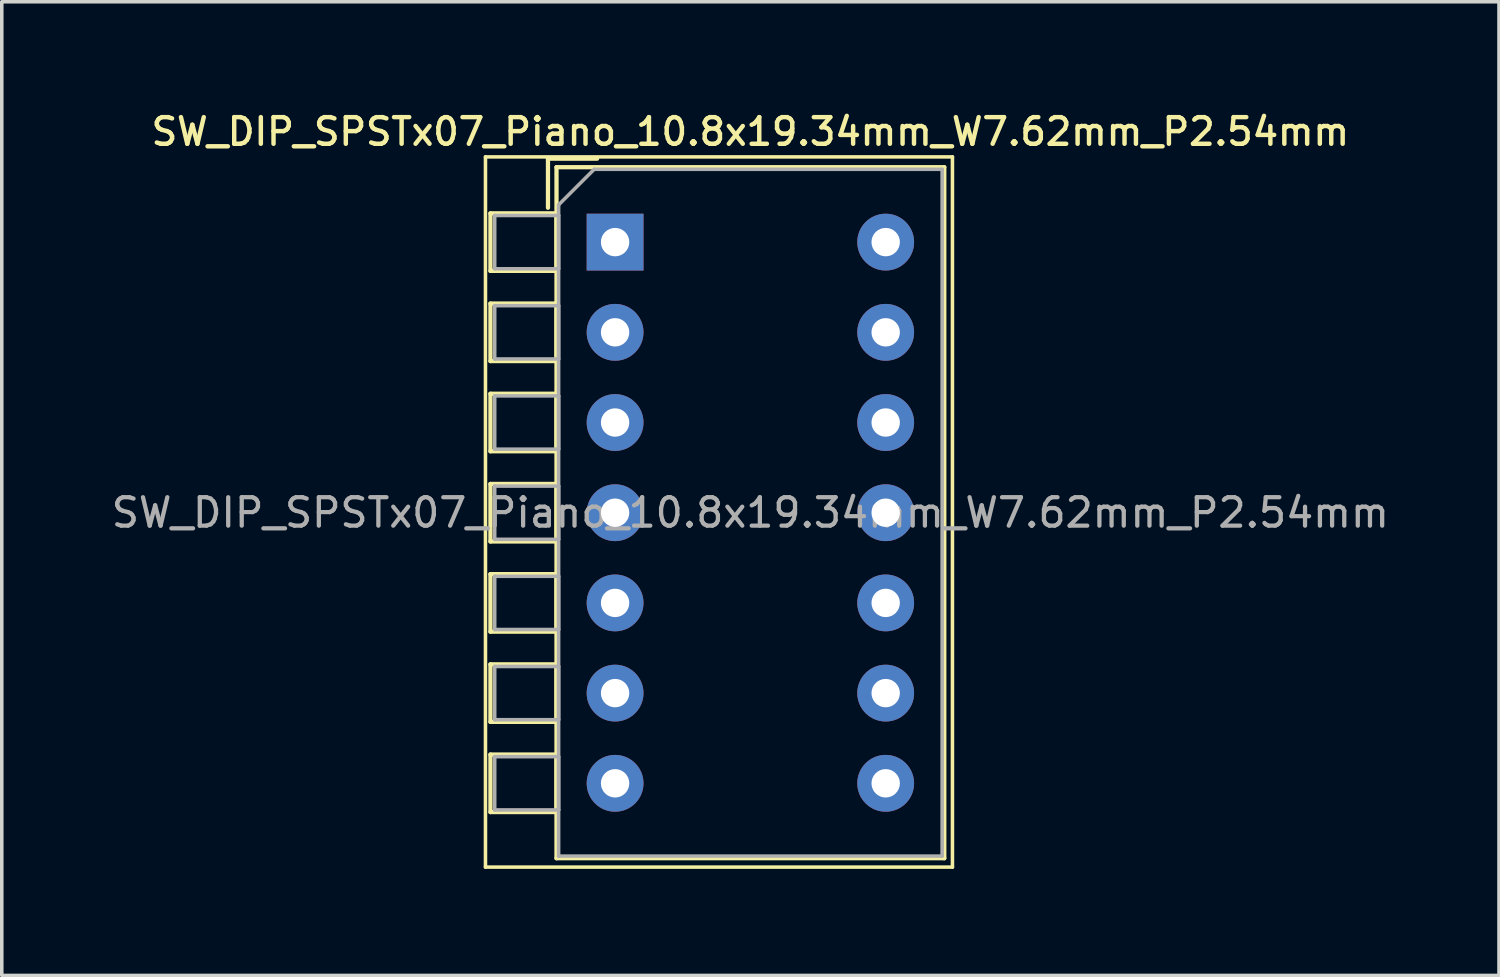
<source format=kicad_pcb>
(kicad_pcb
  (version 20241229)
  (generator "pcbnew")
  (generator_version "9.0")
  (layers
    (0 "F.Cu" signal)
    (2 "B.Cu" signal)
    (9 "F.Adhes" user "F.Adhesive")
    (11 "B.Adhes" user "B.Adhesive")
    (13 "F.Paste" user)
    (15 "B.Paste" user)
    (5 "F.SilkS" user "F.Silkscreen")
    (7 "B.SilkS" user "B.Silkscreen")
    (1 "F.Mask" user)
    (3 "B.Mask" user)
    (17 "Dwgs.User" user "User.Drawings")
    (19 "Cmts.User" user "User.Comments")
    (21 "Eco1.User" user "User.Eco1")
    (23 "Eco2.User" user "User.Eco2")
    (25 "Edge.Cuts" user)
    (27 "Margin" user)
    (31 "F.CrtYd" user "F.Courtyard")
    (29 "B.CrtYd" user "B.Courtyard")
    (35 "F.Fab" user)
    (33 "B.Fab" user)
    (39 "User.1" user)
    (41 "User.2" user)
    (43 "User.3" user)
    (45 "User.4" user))
  (footprint "SW_DIP_SPSTx07_Piano_10.8x19.34mm_W7.62mm_P2.54mm"
    (layer "F.Cu")
    (at 14.271 3.768)
    (property "Reference" "SW_DIP_SPSTx07_Piano_10.8x19.34mm_W7.62mm_P2.54mm" (at 3.81 -3.11 0) (layer "F.SilkS") (effects (font (size 0.75 0.75) (thickness 0.125))))
    (attr through_hole)
    (fp_line (start -3.65 -2.4) (end -3.65 17.6) (stroke (width 0.1) (type solid)) (layer "F.SilkS"))
    (fp_line (start -3.65 17.6) (end 9.5 17.6) (stroke (width 0.1) (type solid)) (layer "F.SilkS"))
    (fp_line (start -3.51 -0.81) (end -3.51 0.81) (stroke (width 0.12) (type solid)) (layer "F.SilkS"))
    (fp_line (start -3.51 -0.81) (end -1.65 -0.81) (stroke (width 0.12) (type solid)) (layer "F.SilkS"))
    (fp_line (start -3.51 0.81) (end -1.65 0.81) (stroke (width 0.12) (type solid)) (layer "F.SilkS"))
    (fp_line (start -3.51 1.73) (end -3.51 3.35) (stroke (width 0.12) (type solid)) (layer "F.SilkS"))
    (fp_line (start -3.51 1.73) (end -1.65 1.73) (stroke (width 0.12) (type solid)) (layer "F.SilkS"))
    (fp_line (start -3.51 3.35) (end -1.65 3.35) (stroke (width 0.12) (type solid)) (layer "F.SilkS"))
    (fp_line (start -3.51 4.27) (end -3.51 5.89) (stroke (width 0.12) (type solid)) (layer "F.SilkS"))
    (fp_line (start -3.51 4.27) (end -1.65 4.27) (stroke (width 0.12) (type solid)) (layer "F.SilkS"))
    (fp_line (start -3.51 5.89) (end -1.65 5.89) (stroke (width 0.12) (type solid)) (layer "F.SilkS"))
    (fp_line (start -3.51 6.81) (end -3.51 8.43) (stroke (width 0.12) (type solid)) (layer "F.SilkS"))
    (fp_line (start -3.51 6.81) (end -1.65 6.81) (stroke (width 0.12) (type solid)) (layer "F.SilkS"))
    (fp_line (start -3.51 8.43) (end -1.65 8.43) (stroke (width 0.12) (type solid)) (layer "F.SilkS"))
    (fp_line (start -3.51 9.35) (end -3.51 10.97) (stroke (width 0.12) (type solid)) (layer "F.SilkS"))
    (fp_line (start -3.51 9.35) (end -1.65 9.35) (stroke (width 0.12) (type solid)) (layer "F.SilkS"))
    (fp_line (start -3.51 10.97) (end -1.65 10.97) (stroke (width 0.12) (type solid)) (layer "F.SilkS"))
    (fp_line (start -3.51 11.89) (end -3.51 13.51) (stroke (width 0.12) (type solid)) (layer "F.SilkS"))
    (fp_line (start -3.51 11.89) (end -1.65 11.89) (stroke (width 0.12) (type solid)) (layer "F.SilkS"))
    (fp_line (start -3.51 13.51) (end -1.65 13.51) (stroke (width 0.12) (type solid)) (layer "F.SilkS"))
    (fp_line (start -3.51 14.43) (end -3.51 16.05) (stroke (width 0.12) (type solid)) (layer "F.SilkS"))
    (fp_line (start -3.51 14.43) (end -1.65 14.43) (stroke (width 0.12) (type solid)) (layer "F.SilkS"))
    (fp_line (start -3.51 16.05) (end -1.65 16.05) (stroke (width 0.12) (type solid)) (layer "F.SilkS"))
    (fp_line (start -1.89 -2.35) (end -1.89 -0.967) (stroke (width 0.12) (type solid)) (layer "F.SilkS"))
    (fp_line (start -1.89 -2.35) (end -0.507 -2.35) (stroke (width 0.12) (type solid)) (layer "F.SilkS"))
    (fp_line (start -1.65 -2.11) (end -1.65 17.35) (stroke (width 0.12) (type solid)) (layer "F.SilkS"))
    (fp_line (start -1.65 -2.11) (end 9.27 -2.11) (stroke (width 0.12) (type solid)) (layer "F.SilkS"))
    (fp_line (start -1.65 -0.81) (end -1.65 0.81) (stroke (width 0.12) (type solid)) (layer "F.SilkS"))
    (fp_line (start -1.65 1.73) (end -1.65 3.35) (stroke (width 0.12) (type solid)) (layer "F.SilkS"))
    (fp_line (start -1.65 4.27) (end -1.65 5.89) (stroke (width 0.12) (type solid)) (layer "F.SilkS"))
    (fp_line (start -1.65 6.81) (end -1.65 8.43) (stroke (width 0.12) (type solid)) (layer "F.SilkS"))
    (fp_line (start -1.65 9.35) (end -1.65 10.97) (stroke (width 0.12) (type solid)) (layer "F.SilkS"))
    (fp_line (start -1.65 11.89) (end -1.65 13.51) (stroke (width 0.12) (type solid)) (layer "F.SilkS"))
    (fp_line (start -1.65 14.43) (end -1.65 16.05) (stroke (width 0.12) (type solid)) (layer "F.SilkS"))
    (fp_line (start -1.65 17.35) (end 9.27 17.35) (stroke (width 0.12) (type solid)) (layer "F.SilkS"))
    (fp_line (start 9.27 -2.11) (end 9.27 17.35) (stroke (width 0.12) (type solid)) (layer "F.SilkS"))
    (fp_line (start 9.5 -2.4) (end -3.65 -2.4) (stroke (width 0.1) (type solid)) (layer "F.SilkS"))
    (fp_line (start 9.5 17.6) (end 9.5 -2.4) (stroke (width 0.1) (type solid)) (layer "F.SilkS"))
    (fp_line (start -3.39 -0.75) (end -1.59 -0.75) (stroke (width 0.1) (type solid)) (layer "F.Fab"))
    (fp_line (start -3.39 0.75) (end -3.39 -0.75) (stroke (width 0.1) (type solid)) (layer "F.Fab"))
    (fp_line (start -3.39 1.79) (end -1.59 1.79) (stroke (width 0.1) (type solid)) (layer "F.Fab"))
    (fp_line (start -3.39 3.29) (end -3.39 1.79) (stroke (width 0.1) (type solid)) (layer "F.Fab"))
    (fp_line (start -3.39 4.33) (end -1.59 4.33) (stroke (width 0.1) (type solid)) (layer "F.Fab"))
    (fp_line (start -3.39 5.83) (end -3.39 4.33) (stroke (width 0.1) (type solid)) (layer "F.Fab"))
    (fp_line (start -3.39 6.87) (end -1.59 6.87) (stroke (width 0.1) (type solid)) (layer "F.Fab"))
    (fp_line (start -3.39 8.37) (end -3.39 6.87) (stroke (width 0.1) (type solid)) (layer "F.Fab"))
    (fp_line (start -3.39 9.41) (end -1.59 9.41) (stroke (width 0.1) (type solid)) (layer "F.Fab"))
    (fp_line (start -3.39 10.91) (end -3.39 9.41) (stroke (width 0.1) (type solid)) (layer "F.Fab"))
    (fp_line (start -3.39 11.95) (end -1.59 11.95) (stroke (width 0.1) (type solid)) (layer "F.Fab"))
    (fp_line (start -3.39 13.45) (end -3.39 11.95) (stroke (width 0.1) (type solid)) (layer "F.Fab"))
    (fp_line (start -3.39 14.49) (end -1.59 14.49) (stroke (width 0.1) (type solid)) (layer "F.Fab"))
    (fp_line (start -3.39 15.99) (end -3.39 14.49) (stroke (width 0.1) (type solid)) (layer "F.Fab"))
    (fp_line (start -1.59 -1.05) (end -0.59 -2.05) (stroke (width 0.1) (type solid)) (layer "F.Fab"))
    (fp_line (start -1.59 -0.75) (end -1.59 0.75) (stroke (width 0.1) (type solid)) (layer "F.Fab"))
    (fp_line (start -1.59 0.75) (end -3.39 0.75) (stroke (width 0.1) (type solid)) (layer "F.Fab"))
    (fp_line (start -1.59 1.79) (end -1.59 3.29) (stroke (width 0.1) (type solid)) (layer "F.Fab"))
    (fp_line (start -1.59 3.29) (end -3.39 3.29) (stroke (width 0.1) (type solid)) (layer "F.Fab"))
    (fp_line (start -1.59 4.33) (end -1.59 5.83) (stroke (width 0.1) (type solid)) (layer "F.Fab"))
    (fp_line (start -1.59 5.83) (end -3.39 5.83) (stroke (width 0.1) (type solid)) (layer "F.Fab"))
    (fp_line (start -1.59 6.87) (end -1.59 8.37) (stroke (width 0.1) (type solid)) (layer "F.Fab"))
    (fp_line (start -1.59 8.37) (end -3.39 8.37) (stroke (width 0.1) (type solid)) (layer "F.Fab"))
    (fp_line (start -1.59 9.41) (end -1.59 10.91) (stroke (width 0.1) (type solid)) (layer "F.Fab"))
    (fp_line (start -1.59 10.91) (end -3.39 10.91) (stroke (width 0.1) (type solid)) (layer "F.Fab"))
    (fp_line (start -1.59 11.95) (end -1.59 13.45) (stroke (width 0.1) (type solid)) (layer "F.Fab"))
    (fp_line (start -1.59 13.45) (end -3.39 13.45) (stroke (width 0.1) (type solid)) (layer "F.Fab"))
    (fp_line (start -1.59 14.49) (end -1.59 15.99) (stroke (width 0.1) (type solid)) (layer "F.Fab"))
    (fp_line (start -1.59 15.99) (end -3.39 15.99) (stroke (width 0.1) (type solid)) (layer "F.Fab"))
    (fp_line (start -1.59 17.29) (end -1.59 -1.05) (stroke (width 0.1) (type solid)) (layer "F.Fab"))
    (fp_line (start -0.59 -2.05) (end 9.21 -2.05) (stroke (width 0.1) (type solid)) (layer "F.Fab"))
    (fp_line (start 9.21 -2.05) (end 9.21 17.29) (stroke (width 0.1) (type solid)) (layer "F.Fab"))
    (fp_line (start 9.21 17.29) (end -1.59 17.29) (stroke (width 0.1) (type solid)) (layer "F.Fab"))
    (fp_text user "${REFERENCE}" (at 3.81 7.62 0) (layer "F.Fab") (effects (font (size 0.8 0.8) (thickness 0.12))))
    (pad "1" thru_hole rect (at 0 0) (size 1.6 1.6) (drill 0.8) (layers "*.Cu" "*.Mask"))
    (pad "2" thru_hole oval (at 0 2.54) (size 1.6 1.6) (drill 0.8) (layers "*.Cu" "*.Mask"))
    (pad "3" thru_hole oval (at 0 5.08) (size 1.6 1.6) (drill 0.8) (layers "*.Cu" "*.Mask"))
    (pad "4" thru_hole oval (at 0 7.62) (size 1.6 1.6) (drill 0.8) (layers "*.Cu" "*.Mask"))
    (pad "5" thru_hole oval (at 0 10.16) (size 1.6 1.6) (drill 0.8) (layers "*.Cu" "*.Mask"))
    (pad "6" thru_hole oval (at 0 12.7) (size 1.6 1.6) (drill 0.8) (layers "*.Cu" "*.Mask"))
    (pad "7" thru_hole oval (at 0 15.24) (size 1.6 1.6) (drill 0.8) (layers "*.Cu" "*.Mask"))
    (pad "8" thru_hole oval (at 7.62 15.24) (size 1.6 1.6) (drill 0.8) (layers "*.Cu" "*.Mask"))
    (pad "9" thru_hole oval (at 7.62 12.7) (size 1.6 1.6) (drill 0.8) (layers "*.Cu" "*.Mask"))
    (pad "10" thru_hole oval (at 7.62 10.16) (size 1.6 1.6) (drill 0.8) (layers "*.Cu" "*.Mask"))
    (pad "11" thru_hole oval (at 7.62 7.62) (size 1.6 1.6) (drill 0.8) (layers "*.Cu" "*.Mask"))
    (pad "12" thru_hole oval (at 7.62 5.08) (size 1.6 1.6) (drill 0.8) (layers "*.Cu" "*.Mask"))
    (pad "13" thru_hole oval (at 7.62 2.54) (size 1.6 1.6) (drill 0.8) (layers "*.Cu" "*.Mask"))
    (pad "14" thru_hole oval (at 7.62 0) (size 1.6 1.6) (drill 0.8) (layers "*.Cu" "*.Mask")))
  (gr_rect
    (start -3 -3)
    (end 39.162 24.418)
    (stroke (width 0.1) (type default))
    (fill no)
    (layer "Edge.Cuts")))
</source>
